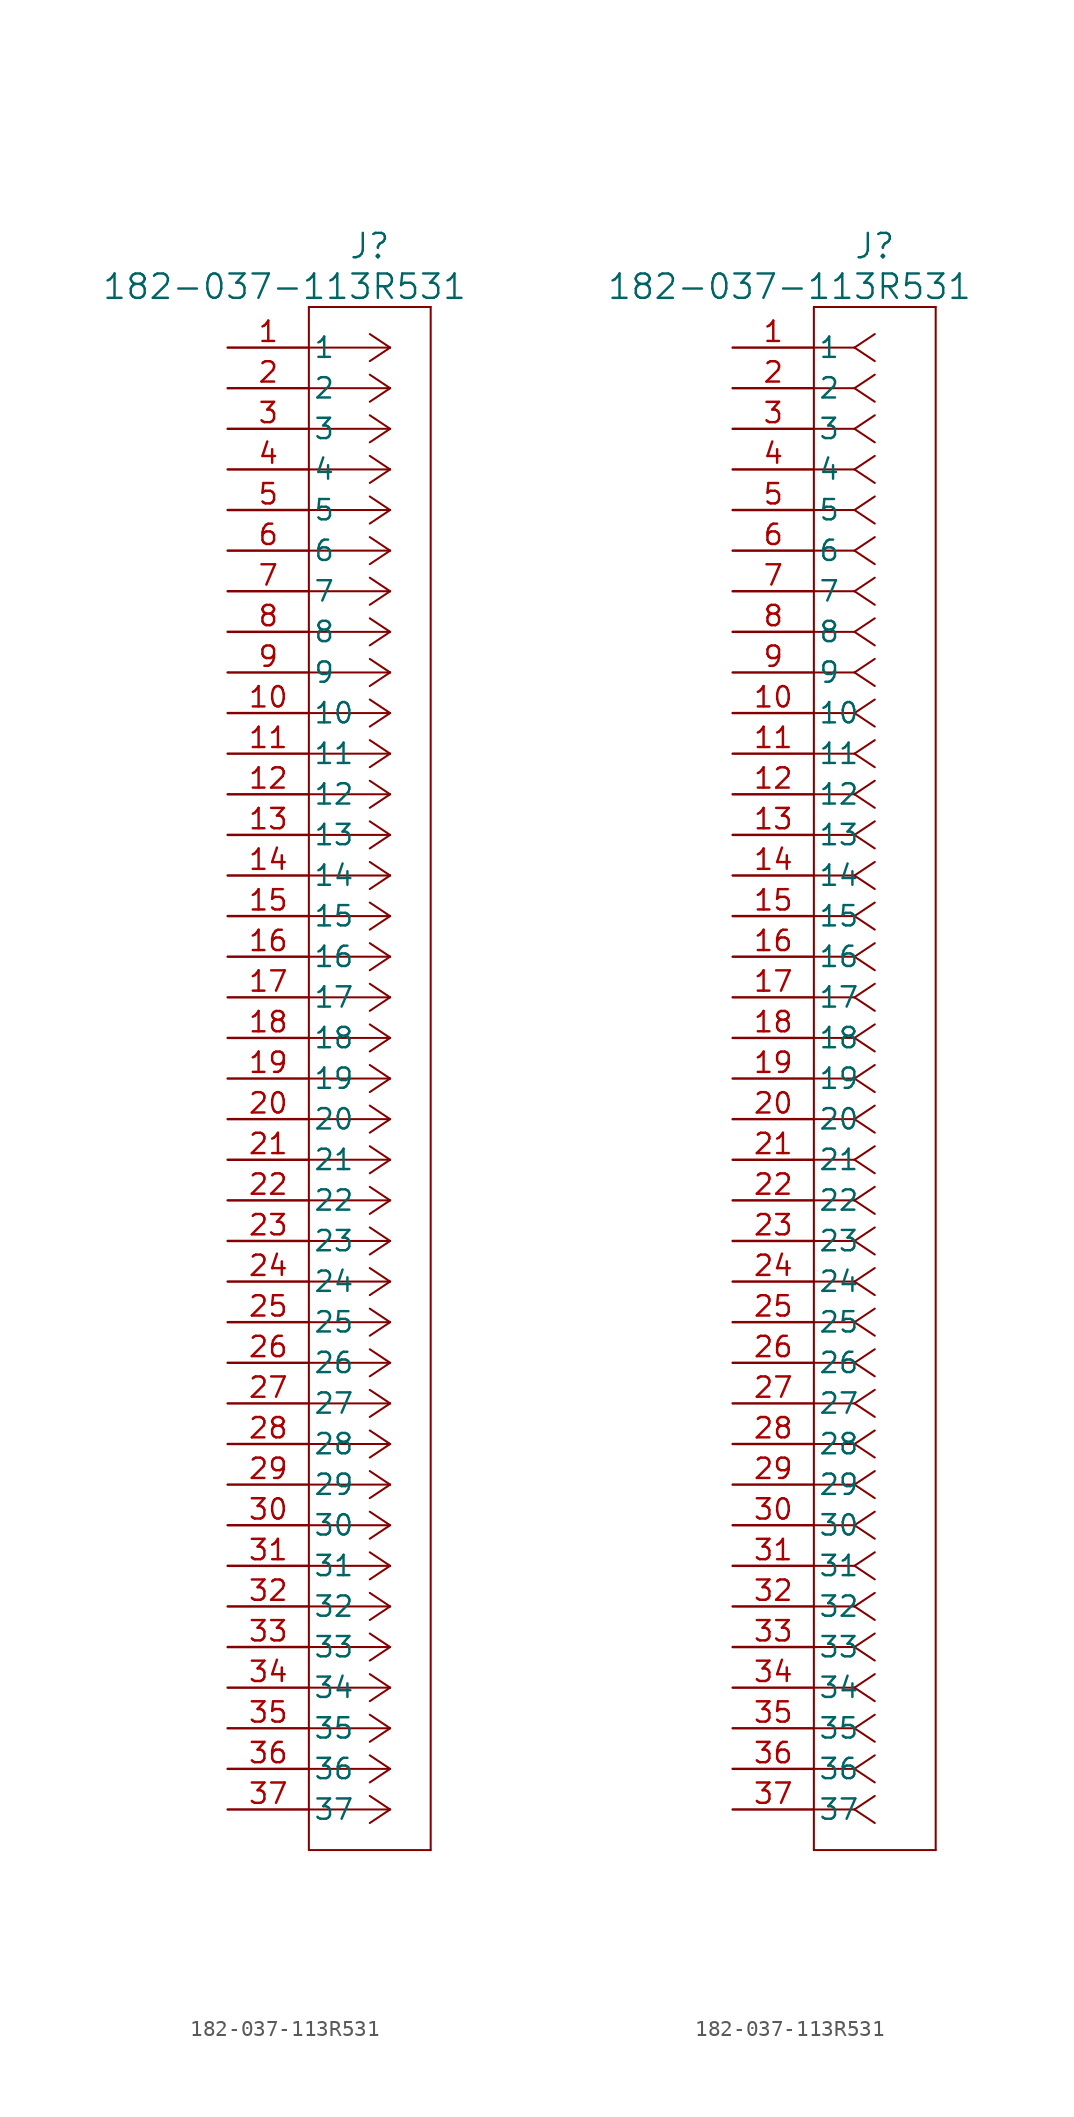
<source format=kicad_sym>
(kicad_symbol_lib
  (version 20241209)
  (generator "kicad_symbol_editor")
  (generator_version "9.0")
  (symbol "182-037-113R531"
    (pin_names
      (offset 0.254))
    (property "Reference" "J"
      (at 8.89 6.35 0)
      (effects (font (size 1.524 1.524))))
    (property "Value" "182-037-113R531"
      (at 3.556 3.81 0)
      (effects (font (size 1.524 1.524))))
    (property "ki_locked" ""
      (at 0 0 0)
      (effects (font (size 1.27 1.27))))
    (symbol "182-037-113R531_1_1"
      (polyline (pts (xy 5.08 2.54) (xy 5.08 -93.98)) (stroke (width 0.127) (type default)) (fill (type none)))
      (polyline (pts (xy 5.08 -93.98) (xy 12.7 -93.98)) (stroke (width 0.127) (type default)) (fill (type none)))
      (polyline (pts (xy 10.16 0) (xy 5.08 0)) (stroke (width 0.127) (type default)) (fill (type none)))
      (polyline (pts (xy 10.16 0) (xy 8.89 0.847)) (stroke (width 0.127) (type default)) (fill (type none)))
      (polyline (pts (xy 10.16 0) (xy 8.89 -0.847)) (stroke (width 0.127) (type default)) (fill (type none)))
      (polyline (pts (xy 10.16 -2.54) (xy 5.08 -2.54)) (stroke (width 0.127) (type default)) (fill (type none)))
      (polyline (pts (xy 10.16 -2.54) (xy 8.89 -1.693)) (stroke (width 0.127) (type default)) (fill (type none)))
      (polyline (pts (xy 10.16 -2.54) (xy 8.89 -3.387)) (stroke (width 0.127) (type default)) (fill (type none)))
      (polyline (pts (xy 10.16 -5.08) (xy 5.08 -5.08)) (stroke (width 0.127) (type default)) (fill (type none)))
      (polyline (pts (xy 10.16 -5.08) (xy 8.89 -4.233)) (stroke (width 0.127) (type default)) (fill (type none)))
      (polyline (pts (xy 10.16 -5.08) (xy 8.89 -5.927)) (stroke (width 0.127) (type default)) (fill (type none)))
      (polyline (pts (xy 10.16 -7.62) (xy 5.08 -7.62)) (stroke (width 0.127) (type default)) (fill (type none)))
      (polyline (pts (xy 10.16 -7.62) (xy 8.89 -6.773)) (stroke (width 0.127) (type default)) (fill (type none)))
      (polyline (pts (xy 10.16 -7.62) (xy 8.89 -8.467)) (stroke (width 0.127) (type default)) (fill (type none)))
      (polyline (pts (xy 10.16 -10.16) (xy 5.08 -10.16)) (stroke (width 0.127) (type default)) (fill (type none)))
      (polyline (pts (xy 10.16 -10.16) (xy 8.89 -9.313)) (stroke (width 0.127) (type default)) (fill (type none)))
      (polyline (pts (xy 10.16 -10.16) (xy 8.89 -11.007)) (stroke (width 0.127) (type default)) (fill (type none)))
      (polyline (pts (xy 10.16 -12.7) (xy 5.08 -12.7)) (stroke (width 0.127) (type default)) (fill (type none)))
      (polyline (pts (xy 10.16 -12.7) (xy 8.89 -11.853)) (stroke (width 0.127) (type default)) (fill (type none)))
      (polyline (pts (xy 10.16 -12.7) (xy 8.89 -13.547)) (stroke (width 0.127) (type default)) (fill (type none)))
      (polyline (pts (xy 10.16 -15.24) (xy 5.08 -15.24)) (stroke (width 0.127) (type default)) (fill (type none)))
      (polyline (pts (xy 10.16 -15.24) (xy 8.89 -14.393)) (stroke (width 0.127) (type default)) (fill (type none)))
      (polyline (pts (xy 10.16 -15.24) (xy 8.89 -16.087)) (stroke (width 0.127) (type default)) (fill (type none)))
      (polyline (pts (xy 10.16 -17.78) (xy 5.08 -17.78)) (stroke (width 0.127) (type default)) (fill (type none)))
      (polyline (pts (xy 10.16 -17.78) (xy 8.89 -16.933)) (stroke (width 0.127) (type default)) (fill (type none)))
      (polyline (pts (xy 10.16 -17.78) (xy 8.89 -18.627)) (stroke (width 0.127) (type default)) (fill (type none)))
      (polyline (pts (xy 10.16 -20.32) (xy 5.08 -20.32)) (stroke (width 0.127) (type default)) (fill (type none)))
      (polyline (pts (xy 10.16 -20.32) (xy 8.89 -19.473)) (stroke (width 0.127) (type default)) (fill (type none)))
      (polyline (pts (xy 10.16 -20.32) (xy 8.89 -21.167)) (stroke (width 0.127) (type default)) (fill (type none)))
      (polyline (pts (xy 10.16 -22.86) (xy 5.08 -22.86)) (stroke (width 0.127) (type default)) (fill (type none)))
      (polyline (pts (xy 10.16 -22.86) (xy 8.89 -22.013)) (stroke (width 0.127) (type default)) (fill (type none)))
      (polyline (pts (xy 10.16 -22.86) (xy 8.89 -23.707)) (stroke (width 0.127) (type default)) (fill (type none)))
      (polyline (pts (xy 10.16 -25.4) (xy 5.08 -25.4)) (stroke (width 0.127) (type default)) (fill (type none)))
      (polyline (pts (xy 10.16 -25.4) (xy 8.89 -24.553)) (stroke (width 0.127) (type default)) (fill (type none)))
      (polyline (pts (xy 10.16 -25.4) (xy 8.89 -26.247)) (stroke (width 0.127) (type default)) (fill (type none)))
      (polyline (pts (xy 10.16 -27.94) (xy 5.08 -27.94)) (stroke (width 0.127) (type default)) (fill (type none)))
      (polyline (pts (xy 10.16 -27.94) (xy 8.89 -27.093)) (stroke (width 0.127) (type default)) (fill (type none)))
      (polyline (pts (xy 10.16 -27.94) (xy 8.89 -28.787)) (stroke (width 0.127) (type default)) (fill (type none)))
      (polyline (pts (xy 10.16 -30.48) (xy 5.08 -30.48)) (stroke (width 0.127) (type default)) (fill (type none)))
      (polyline (pts (xy 10.16 -30.48) (xy 8.89 -29.633)) (stroke (width 0.127) (type default)) (fill (type none)))
      (polyline (pts (xy 10.16 -30.48) (xy 8.89 -31.327)) (stroke (width 0.127) (type default)) (fill (type none)))
      (polyline (pts (xy 10.16 -33.02) (xy 5.08 -33.02)) (stroke (width 0.127) (type default)) (fill (type none)))
      (polyline (pts (xy 10.16 -33.02) (xy 8.89 -32.173)) (stroke (width 0.127) (type default)) (fill (type none)))
      (polyline (pts (xy 10.16 -33.02) (xy 8.89 -33.867)) (stroke (width 0.127) (type default)) (fill (type none)))
      (polyline (pts (xy 10.16 -35.56) (xy 5.08 -35.56)) (stroke (width 0.127) (type default)) (fill (type none)))
      (polyline (pts (xy 10.16 -35.56) (xy 8.89 -34.713)) (stroke (width 0.127) (type default)) (fill (type none)))
      (polyline (pts (xy 10.16 -35.56) (xy 8.89 -36.407)) (stroke (width 0.127) (type default)) (fill (type none)))
      (polyline (pts (xy 10.16 -38.1) (xy 5.08 -38.1)) (stroke (width 0.127) (type default)) (fill (type none)))
      (polyline (pts (xy 10.16 -38.1) (xy 8.89 -37.253)) (stroke (width 0.127) (type default)) (fill (type none)))
      (polyline (pts (xy 10.16 -38.1) (xy 8.89 -38.947)) (stroke (width 0.127) (type default)) (fill (type none)))
      (polyline (pts (xy 10.16 -40.64) (xy 5.08 -40.64)) (stroke (width 0.127) (type default)) (fill (type none)))
      (polyline (pts (xy 10.16 -40.64) (xy 8.89 -39.793)) (stroke (width 0.127) (type default)) (fill (type none)))
      (polyline (pts (xy 10.16 -40.64) (xy 8.89 -41.487)) (stroke (width 0.127) (type default)) (fill (type none)))
      (polyline (pts (xy 10.16 -43.18) (xy 5.08 -43.18)) (stroke (width 0.127) (type default)) (fill (type none)))
      (polyline (pts (xy 10.16 -43.18) (xy 8.89 -42.333)) (stroke (width 0.127) (type default)) (fill (type none)))
      (polyline (pts (xy 10.16 -43.18) (xy 8.89 -44.027)) (stroke (width 0.127) (type default)) (fill (type none)))
      (polyline (pts (xy 10.16 -45.72) (xy 5.08 -45.72)) (stroke (width 0.127) (type default)) (fill (type none)))
      (polyline (pts (xy 10.16 -45.72) (xy 8.89 -44.873)) (stroke (width 0.127) (type default)) (fill (type none)))
      (polyline (pts (xy 10.16 -45.72) (xy 8.89 -46.567)) (stroke (width 0.127) (type default)) (fill (type none)))
      (polyline (pts (xy 10.16 -48.26) (xy 5.08 -48.26)) (stroke (width 0.127) (type default)) (fill (type none)))
      (polyline (pts (xy 10.16 -48.26) (xy 8.89 -47.413)) (stroke (width 0.127) (type default)) (fill (type none)))
      (polyline (pts (xy 10.16 -48.26) (xy 8.89 -49.107)) (stroke (width 0.127) (type default)) (fill (type none)))
      (polyline (pts (xy 10.16 -50.8) (xy 5.08 -50.8)) (stroke (width 0.127) (type default)) (fill (type none)))
      (polyline (pts (xy 10.16 -50.8) (xy 8.89 -49.953)) (stroke (width 0.127) (type default)) (fill (type none)))
      (polyline (pts (xy 10.16 -50.8) (xy 8.89 -51.647)) (stroke (width 0.127) (type default)) (fill (type none)))
      (polyline (pts (xy 10.16 -53.34) (xy 5.08 -53.34)) (stroke (width 0.127) (type default)) (fill (type none)))
      (polyline (pts (xy 10.16 -53.34) (xy 8.89 -52.493)) (stroke (width 0.127) (type default)) (fill (type none)))
      (polyline (pts (xy 10.16 -53.34) (xy 8.89 -54.187)) (stroke (width 0.127) (type default)) (fill (type none)))
      (polyline (pts (xy 10.16 -55.88) (xy 5.08 -55.88)) (stroke (width 0.127) (type default)) (fill (type none)))
      (polyline (pts (xy 10.16 -55.88) (xy 8.89 -55.033)) (stroke (width 0.127) (type default)) (fill (type none)))
      (polyline (pts (xy 10.16 -55.88) (xy 8.89 -56.727)) (stroke (width 0.127) (type default)) (fill (type none)))
      (polyline (pts (xy 10.16 -58.42) (xy 5.08 -58.42)) (stroke (width 0.127) (type default)) (fill (type none)))
      (polyline (pts (xy 10.16 -58.42) (xy 8.89 -57.573)) (stroke (width 0.127) (type default)) (fill (type none)))
      (polyline (pts (xy 10.16 -58.42) (xy 8.89 -59.267)) (stroke (width 0.127) (type default)) (fill (type none)))
      (polyline (pts (xy 10.16 -60.96) (xy 5.08 -60.96)) (stroke (width 0.127) (type default)) (fill (type none)))
      (polyline (pts (xy 10.16 -60.96) (xy 8.89 -60.113)) (stroke (width 0.127) (type default)) (fill (type none)))
      (polyline (pts (xy 10.16 -60.96) (xy 8.89 -61.807)) (stroke (width 0.127) (type default)) (fill (type none)))
      (polyline (pts (xy 10.16 -63.5) (xy 5.08 -63.5)) (stroke (width 0.127) (type default)) (fill (type none)))
      (polyline (pts (xy 10.16 -63.5) (xy 8.89 -62.653)) (stroke (width 0.127) (type default)) (fill (type none)))
      (polyline (pts (xy 10.16 -63.5) (xy 8.89 -64.347)) (stroke (width 0.127) (type default)) (fill (type none)))
      (polyline (pts (xy 10.16 -66.04) (xy 5.08 -66.04)) (stroke (width 0.127) (type default)) (fill (type none)))
      (polyline (pts (xy 10.16 -66.04) (xy 8.89 -65.193)) (stroke (width 0.127) (type default)) (fill (type none)))
      (polyline (pts (xy 10.16 -66.04) (xy 8.89 -66.887)) (stroke (width 0.127) (type default)) (fill (type none)))
      (polyline (pts (xy 10.16 -68.58) (xy 5.08 -68.58)) (stroke (width 0.127) (type default)) (fill (type none)))
      (polyline (pts (xy 10.16 -68.58) (xy 8.89 -67.733)) (stroke (width 0.127) (type default)) (fill (type none)))
      (polyline (pts (xy 10.16 -68.58) (xy 8.89 -69.427)) (stroke (width 0.127) (type default)) (fill (type none)))
      (polyline (pts (xy 10.16 -71.12) (xy 5.08 -71.12)) (stroke (width 0.127) (type default)) (fill (type none)))
      (polyline (pts (xy 10.16 -71.12) (xy 8.89 -70.273)) (stroke (width 0.127) (type default)) (fill (type none)))
      (polyline (pts (xy 10.16 -71.12) (xy 8.89 -71.967)) (stroke (width 0.127) (type default)) (fill (type none)))
      (polyline (pts (xy 10.16 -73.66) (xy 5.08 -73.66)) (stroke (width 0.127) (type default)) (fill (type none)))
      (polyline (pts (xy 10.16 -73.66) (xy 8.89 -72.813)) (stroke (width 0.127) (type default)) (fill (type none)))
      (polyline (pts (xy 10.16 -73.66) (xy 8.89 -74.507)) (stroke (width 0.127) (type default)) (fill (type none)))
      (polyline (pts (xy 10.16 -76.2) (xy 5.08 -76.2)) (stroke (width 0.127) (type default)) (fill (type none)))
      (polyline (pts (xy 10.16 -76.2) (xy 8.89 -75.353)) (stroke (width 0.127) (type default)) (fill (type none)))
      (polyline (pts (xy 10.16 -76.2) (xy 8.89 -77.047)) (stroke (width 0.127) (type default)) (fill (type none)))
      (polyline (pts (xy 10.16 -78.74) (xy 5.08 -78.74)) (stroke (width 0.127) (type default)) (fill (type none)))
      (polyline (pts (xy 10.16 -78.74) (xy 8.89 -77.893)) (stroke (width 0.127) (type default)) (fill (type none)))
      (polyline (pts (xy 10.16 -78.74) (xy 8.89 -79.587)) (stroke (width 0.127) (type default)) (fill (type none)))
      (polyline (pts (xy 10.16 -81.28) (xy 5.08 -81.28)) (stroke (width 0.127) (type default)) (fill (type none)))
      (polyline (pts (xy 10.16 -81.28) (xy 8.89 -80.433)) (stroke (width 0.127) (type default)) (fill (type none)))
      (polyline (pts (xy 10.16 -81.28) (xy 8.89 -82.127)) (stroke (width 0.127) (type default)) (fill (type none)))
      (polyline (pts (xy 10.16 -83.82) (xy 5.08 -83.82)) (stroke (width 0.127) (type default)) (fill (type none)))
      (polyline (pts (xy 10.16 -83.82) (xy 8.89 -82.973)) (stroke (width 0.127) (type default)) (fill (type none)))
      (polyline (pts (xy 10.16 -83.82) (xy 8.89 -84.667)) (stroke (width 0.127) (type default)) (fill (type none)))
      (polyline (pts (xy 10.16 -86.36) (xy 5.08 -86.36)) (stroke (width 0.127) (type default)) (fill (type none)))
      (polyline (pts (xy 10.16 -86.36) (xy 8.89 -85.513)) (stroke (width 0.127) (type default)) (fill (type none)))
      (polyline (pts (xy 10.16 -86.36) (xy 8.89 -87.207)) (stroke (width 0.127) (type default)) (fill (type none)))
      (polyline (pts (xy 10.16 -88.9) (xy 5.08 -88.9)) (stroke (width 0.127) (type default)) (fill (type none)))
      (polyline (pts (xy 10.16 -88.9) (xy 8.89 -88.053)) (stroke (width 0.127) (type default)) (fill (type none)))
      (polyline (pts (xy 10.16 -88.9) (xy 8.89 -89.747)) (stroke (width 0.127) (type default)) (fill (type none)))
      (polyline (pts (xy 10.16 -91.44) (xy 5.08 -91.44)) (stroke (width 0.127) (type default)) (fill (type none)))
      (polyline (pts (xy 10.16 -91.44) (xy 8.89 -90.593)) (stroke (width 0.127) (type default)) (fill (type none)))
      (polyline (pts (xy 10.16 -91.44) (xy 8.89 -92.287)) (stroke (width 0.127) (type default)) (fill (type none)))
      (polyline (pts (xy 12.7 2.54) (xy 5.08 2.54)) (stroke (width 0.127) (type default)) (fill (type none)))
      (polyline (pts (xy 12.7 -93.98) (xy 12.7 2.54)) (stroke (width 0.127) (type default)) (fill (type none)))
      (pin unspecified line (at 0 0 0) (length 5.08) (name "1" (effects (font (size 1.27 1.27)))) (number "1" (effects (font (size 1.27 1.27)))))
      (pin unspecified line (at 0 -2.54 0) (length 5.08) (name "2" (effects (font (size 1.27 1.27)))) (number "2" (effects (font (size 1.27 1.27)))))
      (pin unspecified line (at 0 -5.08 0) (length 5.08) (name "3" (effects (font (size 1.27 1.27)))) (number "3" (effects (font (size 1.27 1.27)))))
      (pin unspecified line (at 0 -7.62 0) (length 5.08) (name "4" (effects (font (size 1.27 1.27)))) (number "4" (effects (font (size 1.27 1.27)))))
      (pin unspecified line (at 0 -10.16 0) (length 5.08) (name "5" (effects (font (size 1.27 1.27)))) (number "5" (effects (font (size 1.27 1.27)))))
      (pin unspecified line (at 0 -12.7 0) (length 5.08) (name "6" (effects (font (size 1.27 1.27)))) (number "6" (effects (font (size 1.27 1.27)))))
      (pin unspecified line (at 0 -15.24 0) (length 5.08) (name "7" (effects (font (size 1.27 1.27)))) (number "7" (effects (font (size 1.27 1.27)))))
      (pin unspecified line (at 0 -17.78 0) (length 5.08) (name "8" (effects (font (size 1.27 1.27)))) (number "8" (effects (font (size 1.27 1.27)))))
      (pin unspecified line (at 0 -20.32 0) (length 5.08) (name "9" (effects (font (size 1.27 1.27)))) (number "9" (effects (font (size 1.27 1.27)))))
      (pin unspecified line (at 0 -22.86 0) (length 5.08) (name "10" (effects (font (size 1.27 1.27)))) (number "10" (effects (font (size 1.27 1.27)))))
      (pin unspecified line (at 0 -25.4 0) (length 5.08) (name "11" (effects (font (size 1.27 1.27)))) (number "11" (effects (font (size 1.27 1.27)))))
      (pin unspecified line (at 0 -27.94 0) (length 5.08) (name "12" (effects (font (size 1.27 1.27)))) (number "12" (effects (font (size 1.27 1.27)))))
      (pin unspecified line (at 0 -30.48 0) (length 5.08) (name "13" (effects (font (size 1.27 1.27)))) (number "13" (effects (font (size 1.27 1.27)))))
      (pin unspecified line (at 0 -33.02 0) (length 5.08) (name "14" (effects (font (size 1.27 1.27)))) (number "14" (effects (font (size 1.27 1.27)))))
      (pin unspecified line (at 0 -35.56 0) (length 5.08) (name "15" (effects (font (size 1.27 1.27)))) (number "15" (effects (font (size 1.27 1.27)))))
      (pin unspecified line (at 0 -38.1 0) (length 5.08) (name "16" (effects (font (size 1.27 1.27)))) (number "16" (effects (font (size 1.27 1.27)))))
      (pin unspecified line (at 0 -40.64 0) (length 5.08) (name "17" (effects (font (size 1.27 1.27)))) (number "17" (effects (font (size 1.27 1.27)))))
      (pin unspecified line (at 0 -43.18 0) (length 5.08) (name "18" (effects (font (size 1.27 1.27)))) (number "18" (effects (font (size 1.27 1.27)))))
      (pin unspecified line (at 0 -45.72 0) (length 5.08) (name "19" (effects (font (size 1.27 1.27)))) (number "19" (effects (font (size 1.27 1.27)))))
      (pin unspecified line (at 0 -48.26 0) (length 5.08) (name "20" (effects (font (size 1.27 1.27)))) (number "20" (effects (font (size 1.27 1.27)))))
      (pin unspecified line (at 0 -50.8 0) (length 5.08) (name "21" (effects (font (size 1.27 1.27)))) (number "21" (effects (font (size 1.27 1.27)))))
      (pin unspecified line (at 0 -53.34 0) (length 5.08) (name "22" (effects (font (size 1.27 1.27)))) (number "22" (effects (font (size 1.27 1.27)))))
      (pin unspecified line (at 0 -55.88 0) (length 5.08) (name "23" (effects (font (size 1.27 1.27)))) (number "23" (effects (font (size 1.27 1.27)))))
      (pin unspecified line (at 0 -58.42 0) (length 5.08) (name "24" (effects (font (size 1.27 1.27)))) (number "24" (effects (font (size 1.27 1.27)))))
      (pin unspecified line (at 0 -60.96 0) (length 5.08) (name "25" (effects (font (size 1.27 1.27)))) (number "25" (effects (font (size 1.27 1.27)))))
      (pin unspecified line (at 0 -63.5 0) (length 5.08) (name "26" (effects (font (size 1.27 1.27)))) (number "26" (effects (font (size 1.27 1.27)))))
      (pin unspecified line (at 0 -66.04 0) (length 5.08) (name "27" (effects (font (size 1.27 1.27)))) (number "27" (effects (font (size 1.27 1.27)))))
      (pin unspecified line (at 0 -68.58 0) (length 5.08) (name "28" (effects (font (size 1.27 1.27)))) (number "28" (effects (font (size 1.27 1.27)))))
      (pin unspecified line (at 0 -71.12 0) (length 5.08) (name "29" (effects (font (size 1.27 1.27)))) (number "29" (effects (font (size 1.27 1.27)))))
      (pin unspecified line (at 0 -73.66 0) (length 5.08) (name "30" (effects (font (size 1.27 1.27)))) (number "30" (effects (font (size 1.27 1.27)))))
      (pin unspecified line (at 0 -76.2 0) (length 5.08) (name "31" (effects (font (size 1.27 1.27)))) (number "31" (effects (font (size 1.27 1.27)))))
      (pin unspecified line (at 0 -78.74 0) (length 5.08) (name "32" (effects (font (size 1.27 1.27)))) (number "32" (effects (font (size 1.27 1.27)))))
      (pin unspecified line (at 0 -81.28 0) (length 5.08) (name "33" (effects (font (size 1.27 1.27)))) (number "33" (effects (font (size 1.27 1.27)))))
      (pin unspecified line (at 0 -83.82 0) (length 5.08) (name "34" (effects (font (size 1.27 1.27)))) (number "34" (effects (font (size 1.27 1.27)))))
      (pin unspecified line (at 0 -86.36 0) (length 5.08) (name "35" (effects (font (size 1.27 1.27)))) (number "35" (effects (font (size 1.27 1.27)))))
      (pin unspecified line (at 0 -88.9 0) (length 5.08) (name "36" (effects (font (size 1.27 1.27)))) (number "36" (effects (font (size 1.27 1.27)))))
      (pin unspecified line (at 0 -91.44 0) (length 5.08) (name "37" (effects (font (size 1.27 1.27)))) (number "37" (effects (font (size 1.27 1.27))))))
    (symbol "182-037-113R531_1_2"
      (polyline (pts (xy 5.08 2.54) (xy 5.08 -93.98)) (stroke (width 0.127) (type default)) (fill (type none)))
      (polyline (pts (xy 5.08 -93.98) (xy 12.7 -93.98)) (stroke (width 0.127) (type default)) (fill (type none)))
      (polyline (pts (xy 7.62 0) (xy 5.08 0)) (stroke (width 0.127) (type default)) (fill (type none)))
      (polyline (pts (xy 7.62 0) (xy 8.89 0.847)) (stroke (width 0.127) (type default)) (fill (type none)))
      (polyline (pts (xy 7.62 0) (xy 8.89 -0.847)) (stroke (width 0.127) (type default)) (fill (type none)))
      (polyline (pts (xy 7.62 -2.54) (xy 5.08 -2.54)) (stroke (width 0.127) (type default)) (fill (type none)))
      (polyline (pts (xy 7.62 -2.54) (xy 8.89 -1.693)) (stroke (width 0.127) (type default)) (fill (type none)))
      (polyline (pts (xy 7.62 -2.54) (xy 8.89 -3.387)) (stroke (width 0.127) (type default)) (fill (type none)))
      (polyline (pts (xy 7.62 -5.08) (xy 5.08 -5.08)) (stroke (width 0.127) (type default)) (fill (type none)))
      (polyline (pts (xy 7.62 -5.08) (xy 8.89 -4.233)) (stroke (width 0.127) (type default)) (fill (type none)))
      (polyline (pts (xy 7.62 -5.08) (xy 8.89 -5.927)) (stroke (width 0.127) (type default)) (fill (type none)))
      (polyline (pts (xy 7.62 -7.62) (xy 5.08 -7.62)) (stroke (width 0.127) (type default)) (fill (type none)))
      (polyline (pts (xy 7.62 -7.62) (xy 8.89 -6.773)) (stroke (width 0.127) (type default)) (fill (type none)))
      (polyline (pts (xy 7.62 -7.62) (xy 8.89 -8.467)) (stroke (width 0.127) (type default)) (fill (type none)))
      (polyline (pts (xy 7.62 -10.16) (xy 5.08 -10.16)) (stroke (width 0.127) (type default)) (fill (type none)))
      (polyline (pts (xy 7.62 -10.16) (xy 8.89 -9.313)) (stroke (width 0.127) (type default)) (fill (type none)))
      (polyline (pts (xy 7.62 -10.16) (xy 8.89 -11.007)) (stroke (width 0.127) (type default)) (fill (type none)))
      (polyline (pts (xy 7.62 -12.7) (xy 5.08 -12.7)) (stroke (width 0.127) (type default)) (fill (type none)))
      (polyline (pts (xy 7.62 -12.7) (xy 8.89 -11.853)) (stroke (width 0.127) (type default)) (fill (type none)))
      (polyline (pts (xy 7.62 -12.7) (xy 8.89 -13.547)) (stroke (width 0.127) (type default)) (fill (type none)))
      (polyline (pts (xy 7.62 -15.24) (xy 5.08 -15.24)) (stroke (width 0.127) (type default)) (fill (type none)))
      (polyline (pts (xy 7.62 -15.24) (xy 8.89 -14.393)) (stroke (width 0.127) (type default)) (fill (type none)))
      (polyline (pts (xy 7.62 -15.24) (xy 8.89 -16.087)) (stroke (width 0.127) (type default)) (fill (type none)))
      (polyline (pts (xy 7.62 -17.78) (xy 5.08 -17.78)) (stroke (width 0.127) (type default)) (fill (type none)))
      (polyline (pts (xy 7.62 -17.78) (xy 8.89 -16.933)) (stroke (width 0.127) (type default)) (fill (type none)))
      (polyline (pts (xy 7.62 -17.78) (xy 8.89 -18.627)) (stroke (width 0.127) (type default)) (fill (type none)))
      (polyline (pts (xy 7.62 -20.32) (xy 5.08 -20.32)) (stroke (width 0.127) (type default)) (fill (type none)))
      (polyline (pts (xy 7.62 -20.32) (xy 8.89 -19.473)) (stroke (width 0.127) (type default)) (fill (type none)))
      (polyline (pts (xy 7.62 -20.32) (xy 8.89 -21.167)) (stroke (width 0.127) (type default)) (fill (type none)))
      (polyline (pts (xy 7.62 -22.86) (xy 5.08 -22.86)) (stroke (width 0.127) (type default)) (fill (type none)))
      (polyline (pts (xy 7.62 -22.86) (xy 8.89 -22.013)) (stroke (width 0.127) (type default)) (fill (type none)))
      (polyline (pts (xy 7.62 -22.86) (xy 8.89 -23.707)) (stroke (width 0.127) (type default)) (fill (type none)))
      (polyline (pts (xy 7.62 -25.4) (xy 5.08 -25.4)) (stroke (width 0.127) (type default)) (fill (type none)))
      (polyline (pts (xy 7.62 -25.4) (xy 8.89 -24.553)) (stroke (width 0.127) (type default)) (fill (type none)))
      (polyline (pts (xy 7.62 -25.4) (xy 8.89 -26.247)) (stroke (width 0.127) (type default)) (fill (type none)))
      (polyline (pts (xy 7.62 -27.94) (xy 5.08 -27.94)) (stroke (width 0.127) (type default)) (fill (type none)))
      (polyline (pts (xy 7.62 -27.94) (xy 8.89 -27.093)) (stroke (width 0.127) (type default)) (fill (type none)))
      (polyline (pts (xy 7.62 -27.94) (xy 8.89 -28.787)) (stroke (width 0.127) (type default)) (fill (type none)))
      (polyline (pts (xy 7.62 -30.48) (xy 5.08 -30.48)) (stroke (width 0.127) (type default)) (fill (type none)))
      (polyline (pts (xy 7.62 -30.48) (xy 8.89 -29.633)) (stroke (width 0.127) (type default)) (fill (type none)))
      (polyline (pts (xy 7.62 -30.48) (xy 8.89 -31.327)) (stroke (width 0.127) (type default)) (fill (type none)))
      (polyline (pts (xy 7.62 -33.02) (xy 5.08 -33.02)) (stroke (width 0.127) (type default)) (fill (type none)))
      (polyline (pts (xy 7.62 -33.02) (xy 8.89 -32.173)) (stroke (width 0.127) (type default)) (fill (type none)))
      (polyline (pts (xy 7.62 -33.02) (xy 8.89 -33.867)) (stroke (width 0.127) (type default)) (fill (type none)))
      (polyline (pts (xy 7.62 -35.56) (xy 5.08 -35.56)) (stroke (width 0.127) (type default)) (fill (type none)))
      (polyline (pts (xy 7.62 -35.56) (xy 8.89 -34.713)) (stroke (width 0.127) (type default)) (fill (type none)))
      (polyline (pts (xy 7.62 -35.56) (xy 8.89 -36.407)) (stroke (width 0.127) (type default)) (fill (type none)))
      (polyline (pts (xy 7.62 -38.1) (xy 5.08 -38.1)) (stroke (width 0.127) (type default)) (fill (type none)))
      (polyline (pts (xy 7.62 -38.1) (xy 8.89 -37.253)) (stroke (width 0.127) (type default)) (fill (type none)))
      (polyline (pts (xy 7.62 -38.1) (xy 8.89 -38.947)) (stroke (width 0.127) (type default)) (fill (type none)))
      (polyline (pts (xy 7.62 -40.64) (xy 5.08 -40.64)) (stroke (width 0.127) (type default)) (fill (type none)))
      (polyline (pts (xy 7.62 -40.64) (xy 8.89 -39.793)) (stroke (width 0.127) (type default)) (fill (type none)))
      (polyline (pts (xy 7.62 -40.64) (xy 8.89 -41.487)) (stroke (width 0.127) (type default)) (fill (type none)))
      (polyline (pts (xy 7.62 -43.18) (xy 5.08 -43.18)) (stroke (width 0.127) (type default)) (fill (type none)))
      (polyline (pts (xy 7.62 -43.18) (xy 8.89 -42.333)) (stroke (width 0.127) (type default)) (fill (type none)))
      (polyline (pts (xy 7.62 -43.18) (xy 8.89 -44.027)) (stroke (width 0.127) (type default)) (fill (type none)))
      (polyline (pts (xy 7.62 -45.72) (xy 5.08 -45.72)) (stroke (width 0.127) (type default)) (fill (type none)))
      (polyline (pts (xy 7.62 -45.72) (xy 8.89 -44.873)) (stroke (width 0.127) (type default)) (fill (type none)))
      (polyline (pts (xy 7.62 -45.72) (xy 8.89 -46.567)) (stroke (width 0.127) (type default)) (fill (type none)))
      (polyline (pts (xy 7.62 -48.26) (xy 5.08 -48.26)) (stroke (width 0.127) (type default)) (fill (type none)))
      (polyline (pts (xy 7.62 -48.26) (xy 8.89 -47.413)) (stroke (width 0.127) (type default)) (fill (type none)))
      (polyline (pts (xy 7.62 -48.26) (xy 8.89 -49.107)) (stroke (width 0.127) (type default)) (fill (type none)))
      (polyline (pts (xy 7.62 -50.8) (xy 5.08 -50.8)) (stroke (width 0.127) (type default)) (fill (type none)))
      (polyline (pts (xy 7.62 -50.8) (xy 8.89 -49.953)) (stroke (width 0.127) (type default)) (fill (type none)))
      (polyline (pts (xy 7.62 -50.8) (xy 8.89 -51.647)) (stroke (width 0.127) (type default)) (fill (type none)))
      (polyline (pts (xy 7.62 -53.34) (xy 5.08 -53.34)) (stroke (width 0.127) (type default)) (fill (type none)))
      (polyline (pts (xy 7.62 -53.34) (xy 8.89 -52.493)) (stroke (width 0.127) (type default)) (fill (type none)))
      (polyline (pts (xy 7.62 -53.34) (xy 8.89 -54.187)) (stroke (width 0.127) (type default)) (fill (type none)))
      (polyline (pts (xy 7.62 -55.88) (xy 5.08 -55.88)) (stroke (width 0.127) (type default)) (fill (type none)))
      (polyline (pts (xy 7.62 -55.88) (xy 8.89 -55.033)) (stroke (width 0.127) (type default)) (fill (type none)))
      (polyline (pts (xy 7.62 -55.88) (xy 8.89 -56.727)) (stroke (width 0.127) (type default)) (fill (type none)))
      (polyline (pts (xy 7.62 -58.42) (xy 5.08 -58.42)) (stroke (width 0.127) (type default)) (fill (type none)))
      (polyline (pts (xy 7.62 -58.42) (xy 8.89 -57.573)) (stroke (width 0.127) (type default)) (fill (type none)))
      (polyline (pts (xy 7.62 -58.42) (xy 8.89 -59.267)) (stroke (width 0.127) (type default)) (fill (type none)))
      (polyline (pts (xy 7.62 -60.96) (xy 5.08 -60.96)) (stroke (width 0.127) (type default)) (fill (type none)))
      (polyline (pts (xy 7.62 -60.96) (xy 8.89 -60.113)) (stroke (width 0.127) (type default)) (fill (type none)))
      (polyline (pts (xy 7.62 -60.96) (xy 8.89 -61.807)) (stroke (width 0.127) (type default)) (fill (type none)))
      (polyline (pts (xy 7.62 -63.5) (xy 5.08 -63.5)) (stroke (width 0.127) (type default)) (fill (type none)))
      (polyline (pts (xy 7.62 -63.5) (xy 8.89 -62.653)) (stroke (width 0.127) (type default)) (fill (type none)))
      (polyline (pts (xy 7.62 -63.5) (xy 8.89 -64.347)) (stroke (width 0.127) (type default)) (fill (type none)))
      (polyline (pts (xy 7.62 -66.04) (xy 5.08 -66.04)) (stroke (width 0.127) (type default)) (fill (type none)))
      (polyline (pts (xy 7.62 -66.04) (xy 8.89 -65.193)) (stroke (width 0.127) (type default)) (fill (type none)))
      (polyline (pts (xy 7.62 -66.04) (xy 8.89 -66.887)) (stroke (width 0.127) (type default)) (fill (type none)))
      (polyline (pts (xy 7.62 -68.58) (xy 5.08 -68.58)) (stroke (width 0.127) (type default)) (fill (type none)))
      (polyline (pts (xy 7.62 -68.58) (xy 8.89 -67.733)) (stroke (width 0.127) (type default)) (fill (type none)))
      (polyline (pts (xy 7.62 -68.58) (xy 8.89 -69.427)) (stroke (width 0.127) (type default)) (fill (type none)))
      (polyline (pts (xy 7.62 -71.12) (xy 5.08 -71.12)) (stroke (width 0.127) (type default)) (fill (type none)))
      (polyline (pts (xy 7.62 -71.12) (xy 8.89 -70.273)) (stroke (width 0.127) (type default)) (fill (type none)))
      (polyline (pts (xy 7.62 -71.12) (xy 8.89 -71.967)) (stroke (width 0.127) (type default)) (fill (type none)))
      (polyline (pts (xy 7.62 -73.66) (xy 5.08 -73.66)) (stroke (width 0.127) (type default)) (fill (type none)))
      (polyline (pts (xy 7.62 -73.66) (xy 8.89 -72.813)) (stroke (width 0.127) (type default)) (fill (type none)))
      (polyline (pts (xy 7.62 -73.66) (xy 8.89 -74.507)) (stroke (width 0.127) (type default)) (fill (type none)))
      (polyline (pts (xy 7.62 -76.2) (xy 5.08 -76.2)) (stroke (width 0.127) (type default)) (fill (type none)))
      (polyline (pts (xy 7.62 -76.2) (xy 8.89 -75.353)) (stroke (width 0.127) (type default)) (fill (type none)))
      (polyline (pts (xy 7.62 -76.2) (xy 8.89 -77.047)) (stroke (width 0.127) (type default)) (fill (type none)))
      (polyline (pts (xy 7.62 -78.74) (xy 5.08 -78.74)) (stroke (width 0.127) (type default)) (fill (type none)))
      (polyline (pts (xy 7.62 -78.74) (xy 8.89 -77.893)) (stroke (width 0.127) (type default)) (fill (type none)))
      (polyline (pts (xy 7.62 -78.74) (xy 8.89 -79.587)) (stroke (width 0.127) (type default)) (fill (type none)))
      (polyline (pts (xy 7.62 -81.28) (xy 5.08 -81.28)) (stroke (width 0.127) (type default)) (fill (type none)))
      (polyline (pts (xy 7.62 -81.28) (xy 8.89 -80.433)) (stroke (width 0.127) (type default)) (fill (type none)))
      (polyline (pts (xy 7.62 -81.28) (xy 8.89 -82.127)) (stroke (width 0.127) (type default)) (fill (type none)))
      (polyline (pts (xy 7.62 -83.82) (xy 5.08 -83.82)) (stroke (width 0.127) (type default)) (fill (type none)))
      (polyline (pts (xy 7.62 -83.82) (xy 8.89 -82.973)) (stroke (width 0.127) (type default)) (fill (type none)))
      (polyline (pts (xy 7.62 -83.82) (xy 8.89 -84.667)) (stroke (width 0.127) (type default)) (fill (type none)))
      (polyline (pts (xy 7.62 -86.36) (xy 5.08 -86.36)) (stroke (width 0.127) (type default)) (fill (type none)))
      (polyline (pts (xy 7.62 -86.36) (xy 8.89 -85.513)) (stroke (width 0.127) (type default)) (fill (type none)))
      (polyline (pts (xy 7.62 -86.36) (xy 8.89 -87.207)) (stroke (width 0.127) (type default)) (fill (type none)))
      (polyline (pts (xy 7.62 -88.9) (xy 5.08 -88.9)) (stroke (width 0.127) (type default)) (fill (type none)))
      (polyline (pts (xy 7.62 -88.9) (xy 8.89 -88.053)) (stroke (width 0.127) (type default)) (fill (type none)))
      (polyline (pts (xy 7.62 -88.9) (xy 8.89 -89.747)) (stroke (width 0.127) (type default)) (fill (type none)))
      (polyline (pts (xy 7.62 -91.44) (xy 5.08 -91.44)) (stroke (width 0.127) (type default)) (fill (type none)))
      (polyline (pts (xy 7.62 -91.44) (xy 8.89 -90.593)) (stroke (width 0.127) (type default)) (fill (type none)))
      (polyline (pts (xy 7.62 -91.44) (xy 8.89 -92.287)) (stroke (width 0.127) (type default)) (fill (type none)))
      (polyline (pts (xy 12.7 2.54) (xy 5.08 2.54)) (stroke (width 0.127) (type default)) (fill (type none)))
      (polyline (pts (xy 12.7 -93.98) (xy 12.7 2.54)) (stroke (width 0.127) (type default)) (fill (type none)))
      (pin unspecified line (at 0 0 0) (length 5.08) (name "1" (effects (font (size 1.27 1.27)))) (number "1" (effects (font (size 1.27 1.27)))))
      (pin unspecified line (at 0 -2.54 0) (length 5.08) (name "2" (effects (font (size 1.27 1.27)))) (number "2" (effects (font (size 1.27 1.27)))))
      (pin unspecified line (at 0 -5.08 0) (length 5.08) (name "3" (effects (font (size 1.27 1.27)))) (number "3" (effects (font (size 1.27 1.27)))))
      (pin unspecified line (at 0 -7.62 0) (length 5.08) (name "4" (effects (font (size 1.27 1.27)))) (number "4" (effects (font (size 1.27 1.27)))))
      (pin unspecified line (at 0 -10.16 0) (length 5.08) (name "5" (effects (font (size 1.27 1.27)))) (number "5" (effects (font (size 1.27 1.27)))))
      (pin unspecified line (at 0 -12.7 0) (length 5.08) (name "6" (effects (font (size 1.27 1.27)))) (number "6" (effects (font (size 1.27 1.27)))))
      (pin unspecified line (at 0 -15.24 0) (length 5.08) (name "7" (effects (font (size 1.27 1.27)))) (number "7" (effects (font (size 1.27 1.27)))))
      (pin unspecified line (at 0 -17.78 0) (length 5.08) (name "8" (effects (font (size 1.27 1.27)))) (number "8" (effects (font (size 1.27 1.27)))))
      (pin unspecified line (at 0 -20.32 0) (length 5.08) (name "9" (effects (font (size 1.27 1.27)))) (number "9" (effects (font (size 1.27 1.27)))))
      (pin unspecified line (at 0 -22.86 0) (length 5.08) (name "10" (effects (font (size 1.27 1.27)))) (number "10" (effects (font (size 1.27 1.27)))))
      (pin unspecified line (at 0 -25.4 0) (length 5.08) (name "11" (effects (font (size 1.27 1.27)))) (number "11" (effects (font (size 1.27 1.27)))))
      (pin unspecified line (at 0 -27.94 0) (length 5.08) (name "12" (effects (font (size 1.27 1.27)))) (number "12" (effects (font (size 1.27 1.27)))))
      (pin unspecified line (at 0 -30.48 0) (length 5.08) (name "13" (effects (font (size 1.27 1.27)))) (number "13" (effects (font (size 1.27 1.27)))))
      (pin unspecified line (at 0 -33.02 0) (length 5.08) (name "14" (effects (font (size 1.27 1.27)))) (number "14" (effects (font (size 1.27 1.27)))))
      (pin unspecified line (at 0 -35.56 0) (length 5.08) (name "15" (effects (font (size 1.27 1.27)))) (number "15" (effects (font (size 1.27 1.27)))))
      (pin unspecified line (at 0 -38.1 0) (length 5.08) (name "16" (effects (font (size 1.27 1.27)))) (number "16" (effects (font (size 1.27 1.27)))))
      (pin unspecified line (at 0 -40.64 0) (length 5.08) (name "17" (effects (font (size 1.27 1.27)))) (number "17" (effects (font (size 1.27 1.27)))))
      (pin unspecified line (at 0 -43.18 0) (length 5.08) (name "18" (effects (font (size 1.27 1.27)))) (number "18" (effects (font (size 1.27 1.27)))))
      (pin unspecified line (at 0 -45.72 0) (length 5.08) (name "19" (effects (font (size 1.27 1.27)))) (number "19" (effects (font (size 1.27 1.27)))))
      (pin unspecified line (at 0 -48.26 0) (length 5.08) (name "20" (effects (font (size 1.27 1.27)))) (number "20" (effects (font (size 1.27 1.27)))))
      (pin unspecified line (at 0 -50.8 0) (length 5.08) (name "21" (effects (font (size 1.27 1.27)))) (number "21" (effects (font (size 1.27 1.27)))))
      (pin unspecified line (at 0 -53.34 0) (length 5.08) (name "22" (effects (font (size 1.27 1.27)))) (number "22" (effects (font (size 1.27 1.27)))))
      (pin unspecified line (at 0 -55.88 0) (length 5.08) (name "23" (effects (font (size 1.27 1.27)))) (number "23" (effects (font (size 1.27 1.27)))))
      (pin unspecified line (at 0 -58.42 0) (length 5.08) (name "24" (effects (font (size 1.27 1.27)))) (number "24" (effects (font (size 1.27 1.27)))))
      (pin unspecified line (at 0 -60.96 0) (length 5.08) (name "25" (effects (font (size 1.27 1.27)))) (number "25" (effects (font (size 1.27 1.27)))))
      (pin unspecified line (at 0 -63.5 0) (length 5.08) (name "26" (effects (font (size 1.27 1.27)))) (number "26" (effects (font (size 1.27 1.27)))))
      (pin unspecified line (at 0 -66.04 0) (length 5.08) (name "27" (effects (font (size 1.27 1.27)))) (number "27" (effects (font (size 1.27 1.27)))))
      (pin unspecified line (at 0 -68.58 0) (length 5.08) (name "28" (effects (font (size 1.27 1.27)))) (number "28" (effects (font (size 1.27 1.27)))))
      (pin unspecified line (at 0 -71.12 0) (length 5.08) (name "29" (effects (font (size 1.27 1.27)))) (number "29" (effects (font (size 1.27 1.27)))))
      (pin unspecified line (at 0 -73.66 0) (length 5.08) (name "30" (effects (font (size 1.27 1.27)))) (number "30" (effects (font (size 1.27 1.27)))))
      (pin unspecified line (at 0 -76.2 0) (length 5.08) (name "31" (effects (font (size 1.27 1.27)))) (number "31" (effects (font (size 1.27 1.27)))))
      (pin unspecified line (at 0 -78.74 0) (length 5.08) (name "32" (effects (font (size 1.27 1.27)))) (number "32" (effects (font (size 1.27 1.27)))))
      (pin unspecified line (at 0 -81.28 0) (length 5.08) (name "33" (effects (font (size 1.27 1.27)))) (number "33" (effects (font (size 1.27 1.27)))))
      (pin unspecified line (at 0 -83.82 0) (length 5.08) (name "34" (effects (font (size 1.27 1.27)))) (number "34" (effects (font (size 1.27 1.27)))))
      (pin unspecified line (at 0 -86.36 0) (length 5.08) (name "35" (effects (font (size 1.27 1.27)))) (number "35" (effects (font (size 1.27 1.27)))))
      (pin unspecified line (at 0 -88.9 0) (length 5.08) (name "36" (effects (font (size 1.27 1.27)))) (number "36" (effects (font (size 1.27 1.27)))))
      (pin unspecified line (at 0 -91.44 0) (length 5.08) (name "37" (effects (font (size 1.27 1.27)))) (number "37" (effects (font (size 1.27 1.27))))))))
</source>
